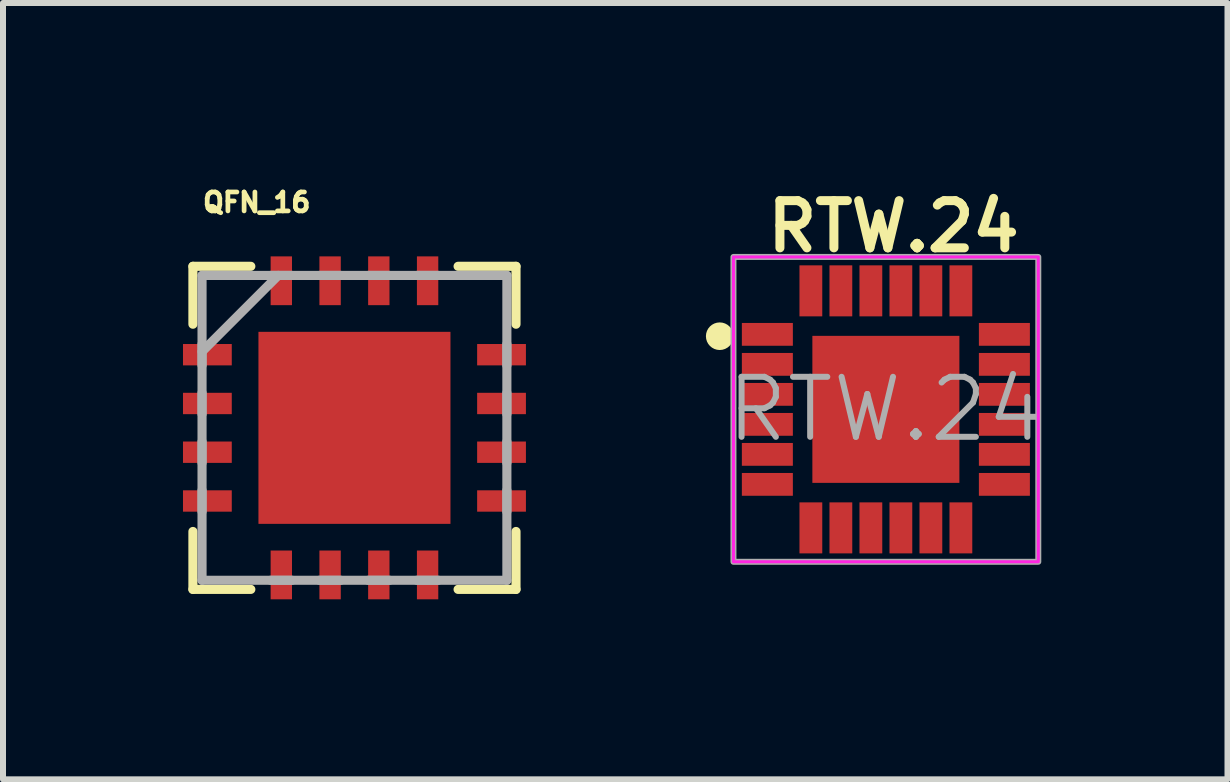
<source format=kicad_pcb>
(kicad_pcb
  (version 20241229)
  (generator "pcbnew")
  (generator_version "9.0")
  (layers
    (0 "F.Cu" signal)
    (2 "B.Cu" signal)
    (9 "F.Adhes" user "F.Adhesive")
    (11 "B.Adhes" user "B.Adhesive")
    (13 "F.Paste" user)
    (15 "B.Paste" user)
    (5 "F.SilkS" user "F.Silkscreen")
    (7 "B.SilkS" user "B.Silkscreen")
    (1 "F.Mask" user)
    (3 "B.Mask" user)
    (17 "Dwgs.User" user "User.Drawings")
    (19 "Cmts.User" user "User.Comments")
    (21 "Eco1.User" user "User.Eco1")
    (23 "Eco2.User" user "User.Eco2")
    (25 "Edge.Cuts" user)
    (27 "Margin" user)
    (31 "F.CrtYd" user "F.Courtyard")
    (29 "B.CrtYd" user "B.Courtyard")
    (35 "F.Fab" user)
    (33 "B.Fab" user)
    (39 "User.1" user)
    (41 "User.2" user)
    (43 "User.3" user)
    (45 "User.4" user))
  (footprint "RTW.24"
    (layer "F.Cu")
    (at 11.713 3.772)
    (property "Reference" "RTW.24" (at 0.127 -3.048 0) (layer "F.SilkS") (effects (font (size 0.787 0.787) (thickness 0.15))))
    (attr smd)
    (fp_poly (pts (xy -2.404 0.06) (xy -1.55 0.06) (xy -1.55 0.441) (xy -2.404 0.441)) (stroke (width 0.01) (type solid)) (fill yes) (layer "F.Mask"))
    (fp_poly (pts (xy -2.404 -1.44) (xy -1.55 -1.44) (xy -1.55 -1.062) (xy -2.404 -1.062)) (stroke (width 0.01) (type solid)) (fill yes) (layer "F.Mask"))
    (fp_poly (pts (xy -2.403 -0.94) (xy -1.55 -0.94) (xy -1.55 -0.561) (xy -2.403 -0.561)) (stroke (width 0.01) (type solid)) (fill yes) (layer "F.Mask"))
    (fp_poly (pts (xy -2.402 0.56) (xy -1.55 0.56) (xy -1.55 0.941) (xy -2.402 0.941)) (stroke (width 0.01) (type solid)) (fill yes) (layer "F.Mask"))
    (fp_poly (pts (xy -2.402 -0.44) (xy -1.55 -0.44) (xy -1.55 -0.06) (xy -2.402 -0.06)) (stroke (width 0.01) (type solid)) (fill yes) (layer "F.Mask"))
    (fp_poly (pts (xy -2.401 1.06) (xy -1.55 1.06) (xy -1.55 1.441) (xy -2.401 1.441)) (stroke (width 0.01) (type solid)) (fill yes) (layer "F.Mask"))
    (fp_poly (pts (xy -1.442 -2.4) (xy -1.06 -2.4) (xy -1.06 -1.552) (xy -1.442 -1.552)) (stroke (width 0.01) (type solid)) (fill yes) (layer "F.Mask"))
    (fp_poly (pts (xy -1.441 1.55) (xy -1.06 1.55) (xy -1.06 2.402) (xy -1.441 2.402)) (stroke (width 0.01) (type solid)) (fill yes) (layer "F.Mask"))
    (fp_poly (pts (xy -1.225 -1.225) (xy 1.225 -1.225) (xy 1.225 1.225) (xy -1.225 1.225)) (stroke (width 0.01) (type solid)) (fill yes) (layer "F.Mask"))
    (fp_poly (pts (xy -0.941 1.55) (xy -0.56 1.55) (xy -0.56 2.403) (xy -0.941 2.403)) (stroke (width 0.01) (type solid)) (fill yes) (layer "F.Mask"))
    (fp_poly (pts (xy -0.94 -2.4) (xy -0.56 -2.4) (xy -0.56 -1.55) (xy -0.94 -1.55)) (stroke (width 0.01) (type solid)) (fill yes) (layer "F.Mask"))
    (fp_poly (pts (xy -0.441 -2.4) (xy -0.06 -2.4) (xy -0.06 -1.552) (xy -0.441 -1.552)) (stroke (width 0.01) (type solid)) (fill yes) (layer "F.Mask"))
    (fp_poly (pts (xy -0.44 1.55) (xy -0.06 1.55) (xy -0.06 2.402) (xy -0.44 2.402)) (stroke (width 0.01) (type solid)) (fill yes) (layer "F.Mask"))
    (fp_poly (pts (xy 0.06 -2.4) (xy 0.44 -2.4) (xy 0.44 -1.551) (xy 0.06 -1.551)) (stroke (width 0.01) (type solid)) (fill yes) (layer "F.Mask"))
    (fp_poly (pts (xy 0.06 1.55) (xy 0.44 1.55) (xy 0.44 2.404) (xy 0.06 2.404)) (stroke (width 0.01) (type solid)) (fill yes) (layer "F.Mask"))
    (fp_poly (pts (xy 0.561 1.55) (xy 0.94 1.55) (xy 0.94 2.403) (xy 0.561 2.403)) (stroke (width 0.01) (type solid)) (fill yes) (layer "F.Mask"))
    (fp_poly (pts (xy 0.561 -2.4) (xy 0.94 -2.4) (xy 0.94 -1.552) (xy 0.561 -1.552)) (stroke (width 0.01) (type solid)) (fill yes) (layer "F.Mask"))
    (fp_poly (pts (xy 1.06 1.55) (xy 1.44 1.55) (xy 1.44 2.4) (xy 1.06 2.4)) (stroke (width 0.01) (type solid)) (fill yes) (layer "F.Mask"))
    (fp_poly (pts (xy 1.061 -2.4) (xy 1.44 -2.4) (xy 1.44 -1.551) (xy 1.061 -1.551)) (stroke (width 0.01) (type solid)) (fill yes) (layer "F.Mask"))
    (fp_poly (pts (xy 1.551 -0.44) (xy 2.4 -0.44) (xy 2.4 -0.06) (xy 1.551 -0.06)) (stroke (width 0.01) (type solid)) (fill yes) (layer "F.Mask"))
    (fp_poly (pts (xy 1.552 -1.44) (xy 2.4 -1.44) (xy 2.4 -1.061) (xy 1.552 -1.061)) (stroke (width 0.01) (type solid)) (fill yes) (layer "F.Mask"))
    (fp_poly (pts (xy 1.553 0.06) (xy 2.4 0.06) (xy 2.4 0.441) (xy 1.553 0.441)) (stroke (width 0.01) (type solid)) (fill yes) (layer "F.Mask"))
    (fp_poly (pts (xy 1.553 0.56) (xy 2.4 0.56) (xy 2.4 0.942) (xy 1.553 0.942)) (stroke (width 0.01) (type solid)) (fill yes) (layer "F.Mask"))
    (fp_poly (pts (xy 1.553 -0.94) (xy 2.4 -0.94) (xy 2.4 -0.561) (xy 1.553 -0.561)) (stroke (width 0.01) (type solid)) (fill yes) (layer "F.Mask"))
    (fp_poly (pts (xy 1.553 1.06) (xy 2.4 1.06) (xy 2.4 1.443) (xy 1.553 1.443)) (stroke (width 0.01) (type solid)) (fill yes) (layer "F.Mask"))
    (fp_circle (center -2.769 -1.219) (end -2.589 -1.219) (stroke (width 0.1) (type solid)) (fill yes) (layer "F.SilkS"))
    (fp_poly (pts (xy -2.405 0.06) (xy -1.55 0.06) (xy -1.55 0.441) (xy -2.405 0.441)) (stroke (width 0.01) (type solid)) (fill yes) (layer "F.Paste"))
    (fp_poly (pts (xy -2.404 -0.44) (xy -1.55 -0.44) (xy -1.55 -0.06) (xy -2.404 -0.06)) (stroke (width 0.01) (type solid)) (fill yes) (layer "F.Paste"))
    (fp_poly (pts (xy -2.404 1.06) (xy -1.55 1.06) (xy -1.55 1.442) (xy -2.404 1.442)) (stroke (width 0.01) (type solid)) (fill yes) (layer "F.Paste"))
    (fp_poly (pts (xy -2.404 0.56) (xy -1.55 0.56) (xy -1.55 0.942) (xy -2.404 0.942)) (stroke (width 0.01) (type solid)) (fill yes) (layer "F.Paste"))
    (fp_poly (pts (xy -2.403 -0.94) (xy -1.55 -0.94) (xy -1.55 -0.561) (xy -2.403 -0.561)) (stroke (width 0.01) (type solid)) (fill yes) (layer "F.Paste"))
    (fp_poly (pts (xy -2.401 -1.44) (xy -1.55 -1.44) (xy -1.55 -1.061) (xy -2.401 -1.061)) (stroke (width 0.01) (type solid)) (fill yes) (layer "F.Paste"))
    (fp_poly (pts (xy -1.441 -2.4) (xy -1.06 -2.4) (xy -1.06 -1.551) (xy -1.441 -1.551)) (stroke (width 0.01) (type solid)) (fill yes) (layer "F.Paste"))
    (fp_poly (pts (xy -1.44 1.55) (xy -1.06 1.55) (xy -1.06 2.401) (xy -1.44 2.401)) (stroke (width 0.01) (type solid)) (fill yes) (layer "F.Paste"))
    (fp_poly (pts (xy -0.941 1.55) (xy -0.56 1.55) (xy -0.56 2.403) (xy -0.941 2.403)) (stroke (width 0.01) (type solid)) (fill yes) (layer "F.Paste"))
    (fp_poly (pts (xy -0.941 -2.4) (xy -0.56 -2.4) (xy -0.56 -1.551) (xy -0.941 -1.551)) (stroke (width 0.01) (type solid)) (fill yes) (layer "F.Paste"))
    (fp_poly (pts (xy -0.736 -0.735) (xy 0.735 -0.735) (xy 0.735 0.736) (xy -0.736 0.736)) (stroke (width 0.01) (type solid)) (fill yes) (layer "F.Paste"))
    (fp_poly (pts (xy -0.441 -2.4) (xy -0.06 -2.4) (xy -0.06 -1.553) (xy -0.441 -1.553)) (stroke (width 0.01) (type solid)) (fill yes) (layer "F.Paste"))
    (fp_poly (pts (xy -0.44 1.55) (xy -0.06 1.55) (xy -0.06 2.401) (xy -0.44 2.401)) (stroke (width 0.01) (type solid)) (fill yes) (layer "F.Paste"))
    (fp_poly (pts (xy 0.06 1.55) (xy 0.44 1.55) (xy 0.44 2.403) (xy 0.06 2.403)) (stroke (width 0.01) (type solid)) (fill yes) (layer "F.Paste"))
    (fp_poly (pts (xy 0.06 -2.4) (xy 0.44 -2.4) (xy 0.44 -1.553) (xy 0.06 -1.553)) (stroke (width 0.01) (type solid)) (fill yes) (layer "F.Paste"))
    (fp_poly (pts (xy 0.56 1.55) (xy 0.94 1.55) (xy 0.94 2.401) (xy 0.56 2.401)) (stroke (width 0.01) (type solid)) (fill yes) (layer "F.Paste"))
    (fp_poly (pts (xy 0.561 -2.4) (xy 0.94 -2.4) (xy 0.94 -1.552) (xy 0.561 -1.552)) (stroke (width 0.01) (type solid)) (fill yes) (layer "F.Paste"))
    (fp_poly (pts (xy 1.06 -2.4) (xy 1.44 -2.4) (xy 1.44 -1.55) (xy 1.06 -1.55)) (stroke (width 0.01) (type solid)) (fill yes) (layer "F.Paste"))
    (fp_poly (pts (xy 1.061 1.55) (xy 1.44 1.55) (xy 1.44 2.403) (xy 1.061 2.403)) (stroke (width 0.01) (type solid)) (fill yes) (layer "F.Paste"))
    (fp_poly (pts (xy 1.55 -0.94) (xy 2.4 -0.94) (xy 2.4 -0.56) (xy 1.55 -0.56)) (stroke (width 0.01) (type solid)) (fill yes) (layer "F.Paste"))
    (fp_poly (pts (xy 1.55 -0.44) (xy 2.4 -0.44) (xy 2.4 -0.06) (xy 1.55 -0.06)) (stroke (width 0.01) (type solid)) (fill yes) (layer "F.Paste"))
    (fp_poly (pts (xy 1.551 0.56) (xy 2.4 0.56) (xy 2.4 0.941) (xy 1.551 0.941)) (stroke (width 0.01) (type solid)) (fill yes) (layer "F.Paste"))
    (fp_poly (pts (xy 1.552 1.06) (xy 2.4 1.06) (xy 2.4 1.441) (xy 1.552 1.441)) (stroke (width 0.01) (type solid)) (fill yes) (layer "F.Paste"))
    (fp_poly (pts (xy 1.552 -1.44) (xy 2.4 -1.44) (xy 2.4 -1.061) (xy 1.552 -1.061)) (stroke (width 0.01) (type solid)) (fill yes) (layer "F.Paste"))
    (fp_poly (pts (xy 1.553 0.06) (xy 2.4 0.06) (xy 2.4 0.441) (xy 1.553 0.441)) (stroke (width 0.01) (type solid)) (fill yes) (layer "F.Paste"))
    (fp_rect (start 2.54 -2.54) (end -2.54 2.54) (stroke (width 0.05) (type default)) (fill no) (layer "F.CrtYd"))
    (fp_rect (start 2.54 -2.54) (end -2.54 2.54) (stroke (width 0.1) (type default)) (fill no) (layer "F.Fab"))
    (fp_text user "${REFERENCE}" (at 0 0 0) (layer "F.Fab") (effects (font (size 1 1) (thickness 0.1))))
    (pad "1" smd rect (at -1.975 -1.25) (size 0.85 0.38) (layers "F.Cu"))
    (pad "2" smd rect (at -1.975 -0.75) (size 0.85 0.38) (layers "F.Cu"))
    (pad "3" smd rect (at -1.975 -0.25) (size 0.85 0.38) (layers "F.Cu"))
    (pad "4" smd rect (at -1.975 0.25) (size 0.85 0.38) (layers "F.Cu"))
    (pad "5" smd rect (at -1.975 0.75) (size 0.85 0.38) (layers "F.Cu"))
    (pad "6" smd rect (at -1.975 1.25) (size 0.85 0.38) (layers "F.Cu"))
    (pad "7" smd rect (at -1.25 1.975 90) (size 0.85 0.38) (layers "F.Cu"))
    (pad "8" smd rect (at -0.75 1.975 90) (size 0.85 0.38) (layers "F.Cu"))
    (pad "9" smd rect (at -0.25 1.975 90) (size 0.85 0.38) (layers "F.Cu"))
    (pad "10" smd rect (at 0.25 1.975 90) (size 0.85 0.38) (layers "F.Cu"))
    (pad "11" smd rect (at 0.75 1.975 90) (size 0.85 0.38) (layers "F.Cu"))
    (pad "12" smd rect (at 1.25 1.975 90) (size 0.85 0.38) (layers "F.Cu"))
    (pad "13" smd rect (at 1.975 1.25 180) (size 0.85 0.38) (layers "F.Cu"))
    (pad "14" smd rect (at 1.975 0.75 180) (size 0.85 0.38) (layers "F.Cu"))
    (pad "15" smd rect (at 1.975 0.25 180) (size 0.85 0.38) (layers "F.Cu"))
    (pad "16" smd rect (at 1.975 -0.25 180) (size 0.85 0.38) (layers "F.Cu"))
    (pad "17" smd rect (at 1.975 -0.75 180) (size 0.85 0.38) (layers "F.Cu"))
    (pad "18" smd rect (at 1.975 -1.25 180) (size 0.85 0.38) (layers "F.Cu"))
    (pad "19" smd rect (at 1.25 -1.975 270) (size 0.85 0.38) (layers "F.Cu"))
    (pad "20" smd rect (at 0.75 -1.975 270) (size 0.85 0.38) (layers "F.Cu"))
    (pad "21" smd rect (at 0.25 -1.975 270) (size 0.85 0.38) (layers "F.Cu"))
    (pad "22" smd rect (at -0.25 -1.975 270) (size 0.85 0.38) (layers "F.Cu"))
    (pad "23" smd rect (at -0.75 -1.975 270) (size 0.85 0.38) (layers "F.Cu"))
    (pad "24" smd rect (at -1.25 -1.975 270) (size 0.85 0.38) (layers "F.Cu"))
    (pad "PAD" smd rect (at 0 0) (size 2.45 2.45) (layers "F.Cu")))
  (footprint "QFN_16"
    (layer "F.Cu")
    (at 2.857 4.08)
    (property "Reference" "QFN_16" (at -1.629 -3.757 0) (layer "F.SilkS") (effects (font (size 0.315 0.315) (thickness 0.15))))
    (attr smd)
    (fp_line (start -2.692 -2.692) (end -2.692 -1.727) (stroke (width 0.152) (type solid)) (layer "F.SilkS"))
    (fp_line (start -2.692 1.727) (end -2.692 2.692) (stroke (width 0.152) (type solid)) (layer "F.SilkS"))
    (fp_line (start -2.692 2.692) (end -1.727 2.692) (stroke (width 0.152) (type solid)) (layer "F.SilkS"))
    (fp_line (start -1.727 -2.692) (end -2.692 -2.692) (stroke (width 0.152) (type solid)) (layer "F.SilkS"))
    (fp_line (start 1.727 2.692) (end 2.692 2.692) (stroke (width 0.152) (type solid)) (layer "F.SilkS"))
    (fp_line (start 2.692 -2.692) (end 1.727 -2.692) (stroke (width 0.152) (type solid)) (layer "F.SilkS"))
    (fp_line (start 2.692 -1.727) (end 2.692 -2.692) (stroke (width 0.152) (type solid)) (layer "F.SilkS"))
    (fp_line (start 2.692 2.692) (end 2.692 1.727) (stroke (width 0.152) (type solid)) (layer "F.SilkS"))
    (fp_poly (pts (xy -1.5 -1.5) (xy -1.5 -0.1) (xy -0.1 -0.1) (xy -0.1 -1.5)) (stroke (width 0.025) (type solid)) (fill yes) (layer "F.Paste"))
    (fp_poly (pts (xy -1.5 0.1) (xy -1.5 1.5) (xy -0.1 1.5) (xy -0.1 0.1)) (stroke (width 0.025) (type solid)) (fill yes) (layer "F.Paste"))
    (fp_poly (pts (xy 0.1 -1.5) (xy 0.1 -0.1) (xy 1.5 -0.1) (xy 1.5 -1.5)) (stroke (width 0.025) (type solid)) (fill yes) (layer "F.Paste"))
    (fp_poly (pts (xy 0.1 0.1) (xy 0.1 1.5) (xy 1.5 1.5) (xy 1.5 0.1)) (stroke (width 0.025) (type solid)) (fill yes) (layer "F.Paste"))
    (fp_line (start -2.54 -2.54) (end -2.54 2.54) (stroke (width 0.152) (type solid)) (layer "F.Fab"))
    (fp_line (start -2.54 -1.397) (end -2.54 -1.041) (stroke (width 0.152) (type solid)) (layer "F.Fab"))
    (fp_line (start -2.54 -1.27) (end -1.27 -2.54) (stroke (width 0.152) (type solid)) (layer "F.Fab"))
    (fp_line (start -2.54 -0.584) (end -2.54 -0.229) (stroke (width 0.152) (type solid)) (layer "F.Fab"))
    (fp_line (start -2.54 0.229) (end -2.54 0.584) (stroke (width 0.152) (type solid)) (layer "F.Fab"))
    (fp_line (start -2.54 1.041) (end -2.54 1.397) (stroke (width 0.152) (type solid)) (layer "F.Fab"))
    (fp_line (start -2.54 2.54) (end 2.54 2.54) (stroke (width 0.152) (type solid)) (layer "F.Fab"))
    (fp_line (start -1.397 2.54) (end -1.041 2.54) (stroke (width 0.152) (type solid)) (layer "F.Fab"))
    (fp_line (start -1.041 -2.54) (end -1.397 -2.54) (stroke (width 0.152) (type solid)) (layer "F.Fab"))
    (fp_line (start -0.584 2.54) (end -0.229 2.54) (stroke (width 0.152) (type solid)) (layer "F.Fab"))
    (fp_line (start -0.229 -2.54) (end -0.584 -2.54) (stroke (width 0.152) (type solid)) (layer "F.Fab"))
    (fp_line (start 0.229 2.54) (end 0.584 2.54) (stroke (width 0.152) (type solid)) (layer "F.Fab"))
    (fp_line (start 0.584 -2.54) (end 0.229 -2.54) (stroke (width 0.152) (type solid)) (layer "F.Fab"))
    (fp_line (start 1.041 2.54) (end 1.397 2.54) (stroke (width 0.152) (type solid)) (layer "F.Fab"))
    (fp_line (start 1.397 -2.54) (end 1.041 -2.54) (stroke (width 0.152) (type solid)) (layer "F.Fab"))
    (fp_line (start 2.54 -2.54) (end -2.54 -2.54) (stroke (width 0.152) (type solid)) (layer "F.Fab"))
    (fp_line (start 2.54 -1.041) (end 2.54 -1.397) (stroke (width 0.152) (type solid)) (layer "F.Fab"))
    (fp_line (start 2.54 -0.229) (end 2.54 -0.584) (stroke (width 0.152) (type solid)) (layer "F.Fab"))
    (fp_line (start 2.54 0.584) (end 2.54 0.229) (stroke (width 0.152) (type solid)) (layer "F.Fab"))
    (fp_line (start 2.54 1.397) (end 2.54 1.041) (stroke (width 0.152) (type solid)) (layer "F.Fab"))
    (fp_line (start 2.54 2.54) (end 2.54 -2.54) (stroke (width 0.152) (type solid)) (layer "F.Fab"))
    (pad "1" smd rect (at -2.451 -1.219 270) (size 0.356 0.813) (layers "F.Cu" "F.Mask" "F.Paste"))
    (pad "2" smd rect (at -2.451 -0.406 270) (size 0.356 0.813) (layers "F.Cu" "F.Mask" "F.Paste"))
    (pad "3" smd rect (at -2.451 0.406 270) (size 0.356 0.813) (layers "F.Cu" "F.Mask" "F.Paste"))
    (pad "4" smd rect (at -2.451 1.219 270) (size 0.356 0.813) (layers "F.Cu" "F.Mask" "F.Paste"))
    (pad "5" smd rect (at -1.219 2.451 180) (size 0.356 0.813) (layers "F.Cu" "F.Mask" "F.Paste"))
    (pad "6" smd rect (at -0.406 2.451 180) (size 0.356 0.813) (layers "F.Cu" "F.Mask" "F.Paste"))
    (pad "7" smd rect (at 0.406 2.451 180) (size 0.356 0.813) (layers "F.Cu" "F.Mask" "F.Paste"))
    (pad "8" smd rect (at 1.219 2.451 180) (size 0.356 0.813) (layers "F.Cu" "F.Mask" "F.Paste"))
    (pad "9" smd rect (at 2.451 1.219 270) (size 0.356 0.813) (layers "F.Cu" "F.Mask" "F.Paste"))
    (pad "10" smd rect (at 2.451 0.406 270) (size 0.356 0.813) (layers "F.Cu" "F.Mask" "F.Paste"))
    (pad "11" smd rect (at 2.451 -0.406 270) (size 0.356 0.813) (layers "F.Cu" "F.Mask" "F.Paste"))
    (pad "12" smd rect (at 2.451 -1.219 270) (size 0.356 0.813) (layers "F.Cu" "F.Mask" "F.Paste"))
    (pad "13" smd rect (at 1.219 -2.451 180) (size 0.356 0.813) (layers "F.Cu" "F.Mask" "F.Paste"))
    (pad "14" smd rect (at 0.406 -2.451 180) (size 0.356 0.813) (layers "F.Cu" "F.Mask" "F.Paste"))
    (pad "15" smd rect (at -0.406 -2.451 180) (size 0.356 0.813) (layers "F.Cu" "F.Mask" "F.Paste"))
    (pad "16" smd rect (at -1.219 -2.451 180) (size 0.356 0.813) (layers "F.Cu" "F.Mask" "F.Paste"))
    (pad "17" smd rect (at 0 0) (size 3.2 3.2) (layers "F.Cu" "F.Mask")))
  (gr_rect
    (start -3 -3)
    (end 17.406 9.937)
    (stroke (width 0.1) (type default))
    (fill no)
    (layer "Edge.Cuts")))
</source>
